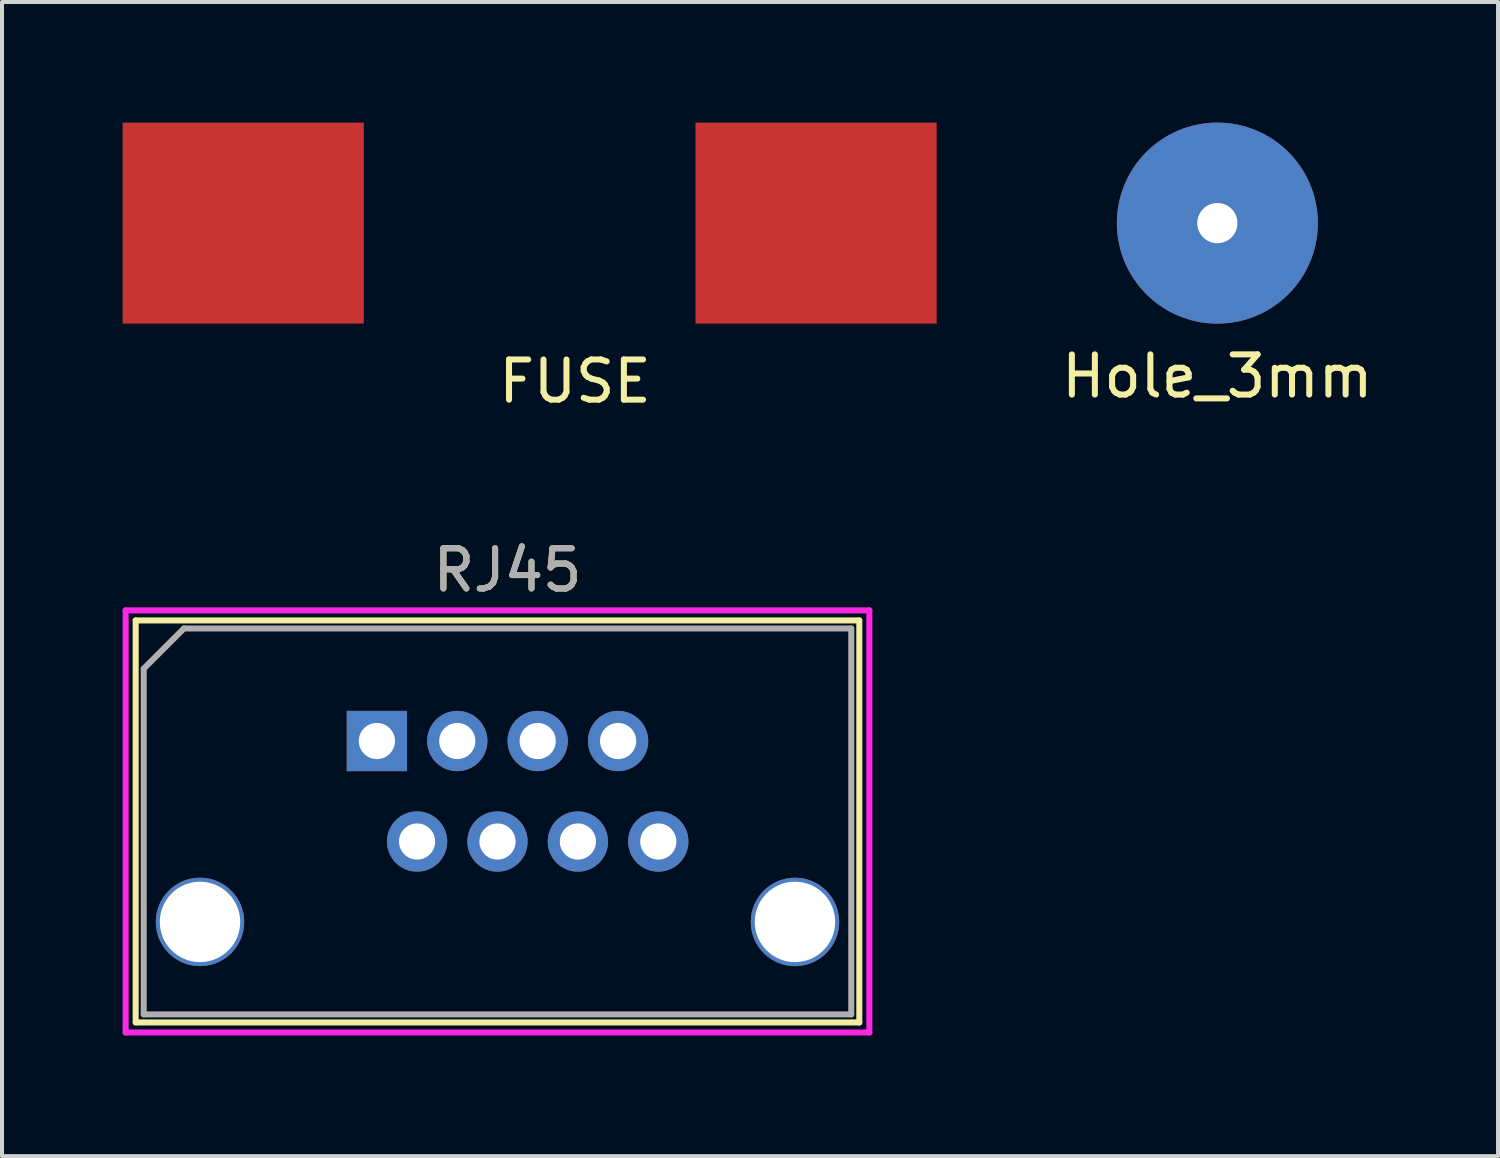
<source format=kicad_pcb>
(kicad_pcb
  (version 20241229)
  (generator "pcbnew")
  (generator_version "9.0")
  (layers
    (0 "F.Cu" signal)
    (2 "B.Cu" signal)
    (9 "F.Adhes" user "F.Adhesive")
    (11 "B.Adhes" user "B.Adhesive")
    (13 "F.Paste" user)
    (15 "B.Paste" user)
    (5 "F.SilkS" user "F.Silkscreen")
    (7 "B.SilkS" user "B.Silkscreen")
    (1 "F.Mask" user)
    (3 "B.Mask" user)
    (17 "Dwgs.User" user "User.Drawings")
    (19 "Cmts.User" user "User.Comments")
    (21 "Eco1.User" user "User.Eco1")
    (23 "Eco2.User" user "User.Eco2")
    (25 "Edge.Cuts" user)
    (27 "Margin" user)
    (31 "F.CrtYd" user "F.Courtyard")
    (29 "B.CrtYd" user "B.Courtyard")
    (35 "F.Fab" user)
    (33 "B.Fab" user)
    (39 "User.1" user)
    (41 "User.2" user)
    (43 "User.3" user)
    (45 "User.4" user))
  (footprint "FUSE"
    (layer "F.Cu")
    (at 3 2.5)
    (property "Reference" "FUSE" (at 8.255 3.937 0) (layer "F.SilkS") (effects (font (size 1 1) (thickness 0.15))))
    (attr through_hole)
    (pad "1" smd rect (at 0 0) (size 6 5) (layers "F.Cu" "F.Mask" "F.Paste"))
    (pad "2" smd rect (at 14.25 0) (size 6 5) (layers "F.Cu" "F.Mask" "F.Paste")))
  (footprint "RJ45"
    (layer "F.Cu")
    (at 6.325 15.383)
    (property "Reference" "RJ45" (at 3.25 -4.25 0) (layer "F.SilkS") (effects (font (size 1 1) (thickness 0.15))))
    (attr through_hole)
    (fp_line (start -6 -3) (end -6 7) (stroke (width 0.15) (type solid)) (layer "F.SilkS"))
    (fp_line (start -6 7) (end 12 7) (stroke (width 0.15) (type solid)) (layer "F.SilkS"))
    (fp_line (start 12 -3) (end -6 -3) (stroke (width 0.15) (type solid)) (layer "F.SilkS"))
    (fp_line (start 12 7) (end 12 -3) (stroke (width 0.15) (type solid)) (layer "F.SilkS"))
    (fp_line (start -6.25 -3.25) (end 12.25 -3.25) (stroke (width 0.15) (type solid)) (layer "F.CrtYd"))
    (fp_line (start -6.25 7.25) (end -6.25 -3.25) (stroke (width 0.15) (type solid)) (layer "F.CrtYd"))
    (fp_line (start 12.25 -3.25) (end 12.25 7.25) (stroke (width 0.15) (type solid)) (layer "F.CrtYd"))
    (fp_line (start 12.25 7.25) (end -6.25 7.25) (stroke (width 0.15) (type solid)) (layer "F.CrtYd"))
    (fp_line (start -5.8 -1.8) (end -5.8 6.8) (stroke (width 0.15) (type solid)) (layer "F.Fab"))
    (fp_line (start -5.8 6.8) (end 11.8 6.8) (stroke (width 0.15) (type solid)) (layer "F.Fab"))
    (fp_line (start -4.8 -2.8) (end -5.8 -1.8) (stroke (width 0.15) (type solid)) (layer "F.Fab"))
    (fp_line (start 11.8 -2.8) (end -4.8 -2.8) (stroke (width 0.15) (type solid)) (layer "F.Fab"))
    (fp_line (start 11.8 6.8) (end 11.8 -2.8) (stroke (width 0.15) (type solid)) (layer "F.Fab"))
    (fp_text user "${REFERENCE}" (at 3.25 -4.25 0) (layer "F.Fab") (effects (font (size 1 1) (thickness 0.15))))
    (pad "" np_thru_hole circle (at -4.4 4.5) (size 2.2 2.2) (drill 2) (layers "*.Cu" "*.Mask"))
    (pad "" np_thru_hole circle (at 10.4 4.5) (size 2.2 2.2) (drill 2) (layers "*.Cu" "*.Mask"))
    (pad "1" thru_hole rect (at 0 0) (size 1.5 1.5) (drill 0.9) (layers "*.Cu" "*.Mask"))
    (pad "2" thru_hole circle (at 1 2.5) (size 1.5 1.5) (drill 0.9) (layers "*.Cu" "*.Mask"))
    (pad "3" thru_hole circle (at 2 0) (size 1.5 1.5) (drill 0.9) (layers "*.Cu" "*.Mask"))
    (pad "4" thru_hole circle (at 3 2.5) (size 1.5 1.5) (drill 0.9) (layers "*.Cu" "*.Mask"))
    (pad "5" thru_hole circle (at 4 0) (size 1.5 1.5) (drill 0.9) (layers "*.Cu" "*.Mask"))
    (pad "6" thru_hole circle (at 5 2.5) (size 1.5 1.5) (drill 0.9) (layers "*.Cu" "*.Mask"))
    (pad "7" thru_hole circle (at 6 0) (size 1.5 1.5) (drill 0.9) (layers "*.Cu" "*.Mask"))
    (pad "8" thru_hole circle (at 7 2.5) (size 1.5 1.5) (drill 0.9) (layers "*.Cu" "*.Mask")))
  (footprint "Hole_3mm"
    (layer "F.Cu")
    (at 27.232 2.5)
    (property "Reference" "Hole_3mm" (at 0 3.81 0) (layer "F.SilkS") (effects (font (size 1 1) (thickness 0.15))))
    (attr through_hole)
    (pad "1" thru_hole circle (at 0 0) (size 5 5) (drill 1) (layers "*.Cu" "*.Mask")))
  (gr_rect
    (start -3 -3)
    (end 34.214 25.709)
    (stroke (width 0.1) (type default))
    (fill no)
    (layer "Edge.Cuts")))
</source>
